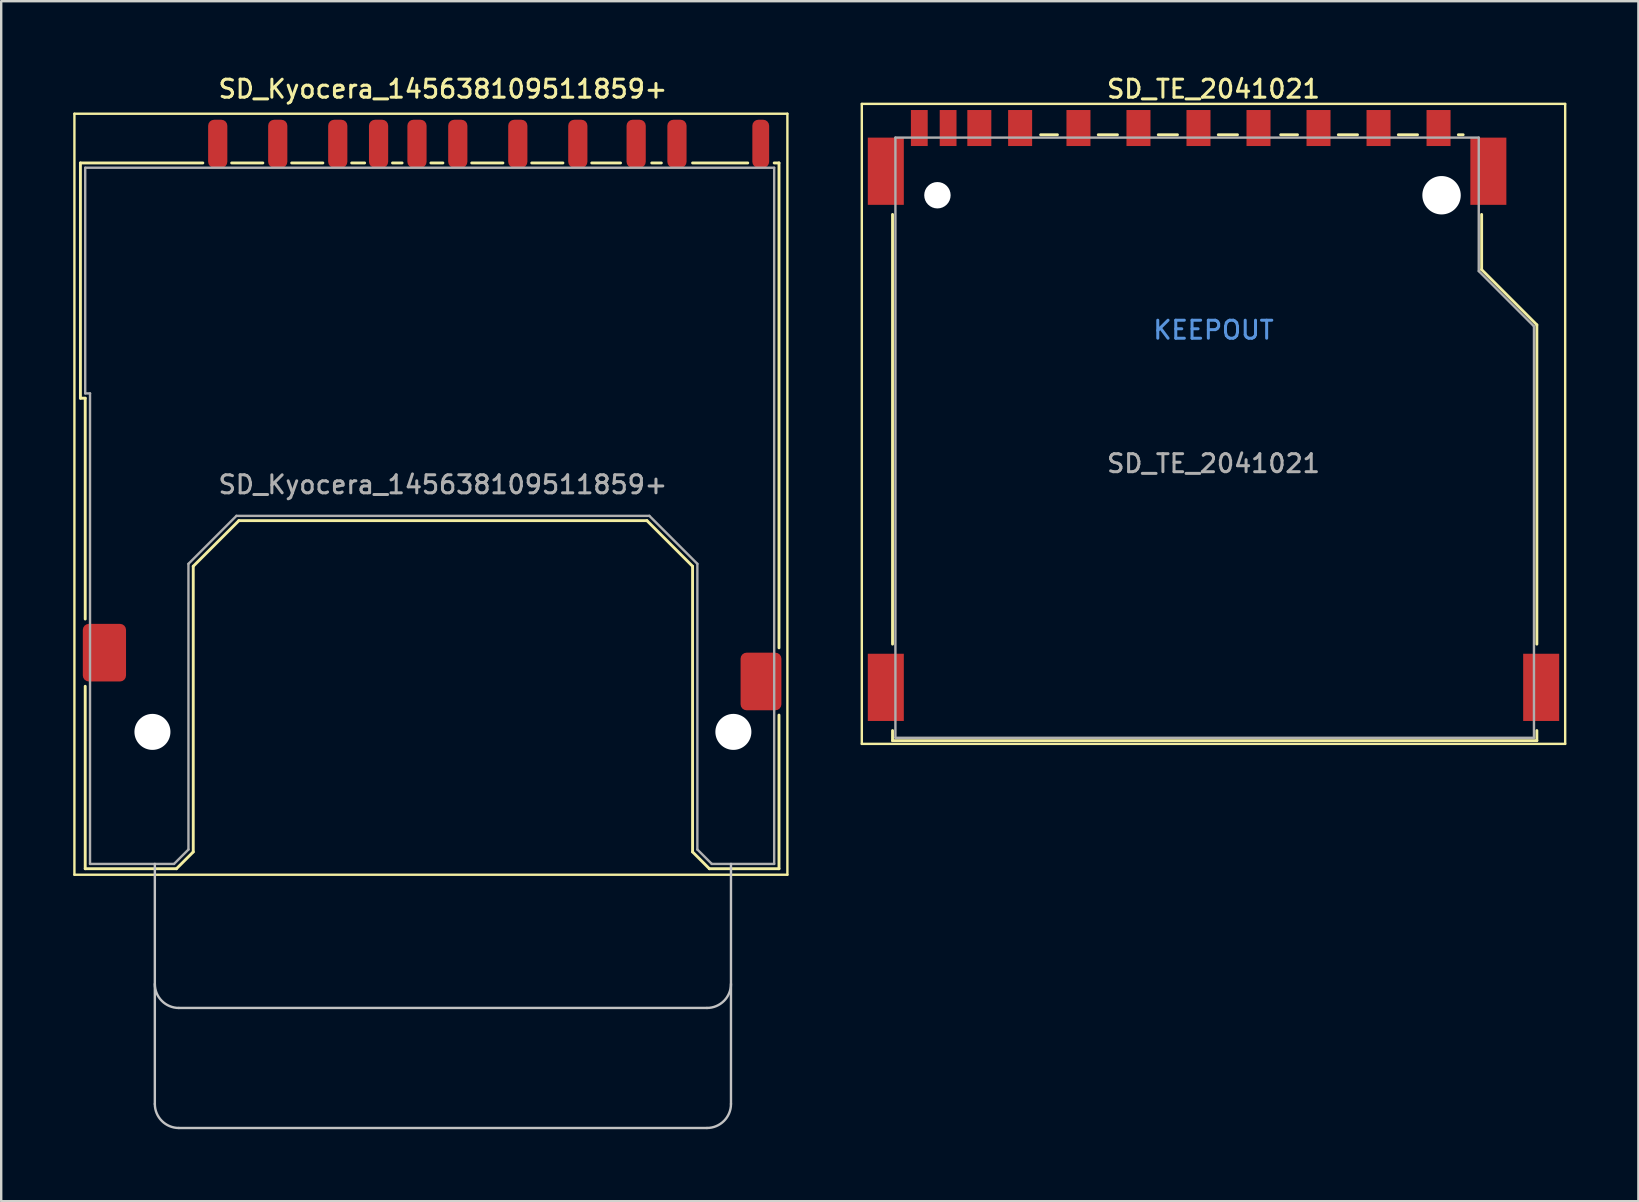
<source format=kicad_pcb>
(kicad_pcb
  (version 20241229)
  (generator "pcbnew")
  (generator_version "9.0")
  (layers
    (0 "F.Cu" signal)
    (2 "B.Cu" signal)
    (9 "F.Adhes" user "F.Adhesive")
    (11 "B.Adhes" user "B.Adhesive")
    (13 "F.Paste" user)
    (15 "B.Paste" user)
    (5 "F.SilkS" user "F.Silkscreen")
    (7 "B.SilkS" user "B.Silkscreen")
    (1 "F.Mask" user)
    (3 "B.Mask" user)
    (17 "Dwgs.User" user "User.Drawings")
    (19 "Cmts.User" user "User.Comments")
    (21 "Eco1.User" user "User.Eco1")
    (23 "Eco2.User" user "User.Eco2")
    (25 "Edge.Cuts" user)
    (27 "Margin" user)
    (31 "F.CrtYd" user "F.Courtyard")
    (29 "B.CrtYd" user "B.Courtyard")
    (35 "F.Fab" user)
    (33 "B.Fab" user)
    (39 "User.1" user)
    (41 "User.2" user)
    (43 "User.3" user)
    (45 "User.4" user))
  (footprint "SD_Kyocera_145638109511859+"
    (layer "F.Cu")
    (at 15.4 15.438)
    (property "Reference" "SD_Kyocera_145638109511859+" (at 0 -14.78 180) (layer "F.SilkS") (effects (font (size 0.75 0.75) (thickness 0.125))))
    (attr smd)
    (fp_line (start -15.35 -13.75) (end -15.35 17.95) (stroke (width 0.1) (type solid)) (layer "F.SilkS"))
    (fp_line (start -15.35 17.95) (end 14.35 17.95) (stroke (width 0.1) (type solid)) (layer "F.SilkS"))
    (fp_line (start -15.1 -11.7) (end -10 -11.7) (stroke (width 0.12) (type solid)) (layer "F.SilkS"))
    (fp_line (start -15.1 -1.9) (end -15.1 -11.7) (stroke (width 0.12) (type solid)) (layer "F.SilkS"))
    (fp_line (start -14.9 -1.9) (end -15.1 -1.9) (stroke (width 0.12) (type solid)) (layer "F.SilkS"))
    (fp_line (start -14.9 -1.9) (end -14.9 7.3) (stroke (width 0.12) (type solid)) (layer "F.SilkS"))
    (fp_line (start -14.9 10.1) (end -14.9 17.7) (stroke (width 0.12) (type solid)) (layer "F.SilkS"))
    (fp_line (start -14.9 17.7) (end -11.1 17.7) (stroke (width 0.12) (type solid)) (layer "F.SilkS"))
    (fp_line (start -10.4 17) (end -11.1 17.7) (stroke (width 0.12) (type solid)) (layer "F.SilkS"))
    (fp_line (start -10.4 17) (end -10.4 5.1) (stroke (width 0.12) (type solid)) (layer "F.SilkS"))
    (fp_line (start -8.8 -11.7) (end -7.5 -11.7) (stroke (width 0.12) (type solid)) (layer "F.SilkS"))
    (fp_line (start -8.5 3.2) (end -10.4 5.1) (stroke (width 0.12) (type solid)) (layer "F.SilkS"))
    (fp_line (start -6.3 -11.7) (end -5 -11.7) (stroke (width 0.12) (type solid)) (layer "F.SilkS"))
    (fp_line (start -3.8 -11.7) (end -3.26 -11.7) (stroke (width 0.12) (type solid)) (layer "F.SilkS"))
    (fp_line (start -2.1 -11.7) (end -1.7 -11.7) (stroke (width 0.12) (type solid)) (layer "F.SilkS"))
    (fp_line (start -0.5 -11.7) (end 0 -11.7) (stroke (width 0.12) (type solid)) (layer "F.SilkS"))
    (fp_line (start 1.2 -11.7) (end 2.5 -11.7) (stroke (width 0.12) (type solid)) (layer "F.SilkS"))
    (fp_line (start 3.7 -11.7) (end 5 -11.7) (stroke (width 0.12) (type solid)) (layer "F.SilkS"))
    (fp_line (start 6.2 -11.7) (end 7.4 -11.7) (stroke (width 0.12) (type solid)) (layer "F.SilkS"))
    (fp_line (start 8.5 3.2) (end -8.5 3.2) (stroke (width 0.12) (type solid)) (layer "F.SilkS"))
    (fp_line (start 8.5 3.2) (end 10.4 5.1) (stroke (width 0.12) (type solid)) (layer "F.SilkS"))
    (fp_line (start 8.7 -11.7) (end 9.1 -11.7) (stroke (width 0.12) (type solid)) (layer "F.SilkS"))
    (fp_line (start 10.4 -11.7) (end 12.7 -11.7) (stroke (width 0.12) (type solid)) (layer "F.SilkS"))
    (fp_line (start 10.4 17) (end 10.4 5.1) (stroke (width 0.12) (type solid)) (layer "F.SilkS"))
    (fp_line (start 10.4 17) (end 11.1 17.7) (stroke (width 0.12) (type solid)) (layer "F.SilkS"))
    (fp_line (start 13.8 -11.7) (end 14 -11.7) (stroke (width 0.12) (type solid)) (layer "F.SilkS"))
    (fp_line (start 14 -11.7) (end 14 8.5) (stroke (width 0.12) (type solid)) (layer "F.SilkS"))
    (fp_line (start 14 11.3) (end 14 17.7) (stroke (width 0.12) (type solid)) (layer "F.SilkS"))
    (fp_line (start 14 17.7) (end 11.1 17.7) (stroke (width 0.12) (type solid)) (layer "F.SilkS"))
    (fp_line (start 14.35 -13.75) (end -15.35 -13.75) (stroke (width 0.1) (type solid)) (layer "F.SilkS"))
    (fp_line (start 14.35 17.95) (end 14.35 -13.75) (stroke (width 0.1) (type solid)) (layer "F.SilkS"))
    (fp_line (start -12 27.5) (end -12 17.5) (stroke (width 0.1) (type solid)) (layer "Dwgs.User"))
    (fp_line (start 11 23.5) (end -11 23.5) (stroke (width 0.1) (type solid)) (layer "Dwgs.User"))
    (fp_line (start 11 28.5) (end -11 28.5) (stroke (width 0.1) (type solid)) (layer "Dwgs.User"))
    (fp_line (start 12 17.5) (end 12 27.5) (stroke (width 0.1) (type solid)) (layer "Dwgs.User"))
    (fp_arc (start -11 23.5) (mid -11.707107 23.207107) (end -12 22.5) (stroke (width 0.1) (type solid)) (layer "Dwgs.User"))
    (fp_arc (start -11 28.5) (mid -11.707107 28.207107) (end -12 27.5) (stroke (width 0.1) (type solid)) (layer "Dwgs.User"))
    (fp_arc (start 12 22.5) (mid 11.707107 23.207107) (end 11 23.5) (stroke (width 0.1) (type solid)) (layer "Dwgs.User"))
    (fp_arc (start 12 27.5) (mid 11.707107 28.207107) (end 11 28.5) (stroke (width 0.1) (type solid)) (layer "Dwgs.User"))
    (fp_line (start -14.9 -11.5) (end 13.8 -11.5) (stroke (width 0.1) (type solid)) (layer "F.Fab"))
    (fp_line (start -14.9 -2.1) (end -14.9 -11.5) (stroke (width 0.1) (type solid)) (layer "F.Fab"))
    (fp_line (start -14.7 -2.1) (end -14.9 -2.1) (stroke (width 0.1) (type solid)) (layer "F.Fab"))
    (fp_line (start -14.7 17.5) (end -14.7 -2.1) (stroke (width 0.1) (type solid)) (layer "F.Fab"))
    (fp_line (start -11.2 17.5) (end -14.7 17.5) (stroke (width 0.1) (type solid)) (layer "F.Fab"))
    (fp_line (start -11.2 17.5) (end -10.6 16.9) (stroke (width 0.1) (type solid)) (layer "F.Fab"))
    (fp_line (start -10.6 5) (end -10.6 16.9) (stroke (width 0.1) (type solid)) (layer "F.Fab"))
    (fp_line (start -10.6 5) (end -8.6 3) (stroke (width 0.1) (type solid)) (layer "F.Fab"))
    (fp_line (start 8.6 3) (end -8.6 3) (stroke (width 0.1) (type solid)) (layer "F.Fab"))
    (fp_line (start 8.6 3) (end 10.6 5) (stroke (width 0.1) (type solid)) (layer "F.Fab"))
    (fp_line (start 10.6 16.9) (end 10.6 5) (stroke (width 0.1) (type solid)) (layer "F.Fab"))
    (fp_line (start 10.6 16.9) (end 11.2 17.5) (stroke (width 0.1) (type solid)) (layer "F.Fab"))
    (fp_line (start 13.8 -11.5) (end 13.8 17.5) (stroke (width 0.1) (type solid)) (layer "F.Fab"))
    (fp_line (start 13.8 17.5) (end 11.2 17.5) (stroke (width 0.1) (type solid)) (layer "F.Fab"))
    (fp_text user "${REFERENCE}" (at 0 1.7 180) (layer "F.Fab") (effects (font (size 0.75 0.75) (thickness 0.125))))
    (pad "" np_thru_hole circle (at -12.1 12 180) (size 1.5 1.5) (drill 1.5) (layers "*.Cu" "*.Mask"))
    (pad "" np_thru_hole circle (at 12.1 12 180) (size 1.5 1.5) (drill 1.5) (layers "*.Cu" "*.Mask"))
    (pad "1" smd roundrect (at -6.88 -12.5) (size 0.8 2) (layers "F.Cu" "F.Mask" "F.Paste") (roundrect_rratio 0.313))
    (pad "2" smd roundrect (at -4.38 -12.5) (size 0.8 2) (layers "F.Cu" "F.Mask" "F.Paste") (roundrect_rratio 0.313))
    (pad "3" smd roundrect (at -1.08 -12.5) (size 0.8 2) (layers "F.Cu" "F.Mask" "F.Paste") (roundrect_rratio 0.313))
    (pad "4" smd roundrect (at 0.62 -12.5) (size 0.8 2) (layers "F.Cu" "F.Mask" "F.Paste") (roundrect_rratio 0.313))
    (pad "5" smd roundrect (at 3.12 -12.5) (size 0.8 2) (layers "F.Cu" "F.Mask" "F.Paste") (roundrect_rratio 0.313))
    (pad "6" smd roundrect (at 5.62 -12.5) (size 0.8 2) (layers "F.Cu" "F.Mask" "F.Paste") (roundrect_rratio 0.313))
    (pad "7" smd roundrect (at 8.05 -12.5) (size 0.8 2) (layers "F.Cu" "F.Mask" "F.Paste") (roundrect_rratio 0.313))
    (pad "8" smd roundrect (at 9.75 -12.5) (size 0.8 2) (layers "F.Cu" "F.Mask" "F.Paste") (roundrect_rratio 0.313))
    (pad "9" smd roundrect (at -9.38 -12.5) (size 0.8 2) (layers "F.Cu" "F.Mask" "F.Paste") (roundrect_rratio 0.313))
    (pad "10" smd roundrect (at -2.68 -12.5) (size 0.8 2) (layers "F.Cu" "F.Mask" "F.Paste") (roundrect_rratio 0.313))
    (pad "11" smd roundrect (at 13.24 -12.5) (size 0.7 2) (layers "F.Cu" "F.Mask" "F.Paste") (roundrect_rratio 0.357))
    (pad "12" smd roundrect (at 13.25 9.9) (size 1.7 2.4) (layers "F.Cu" "F.Mask" "F.Paste") (roundrect_rratio 0.147))
    (pad "13" smd roundrect (at -14.1 8.7) (size 1.8 2.4) (layers "F.Cu" "F.Mask" "F.Paste") (roundrect_rratio 0.139)))
  (footprint "SD_TE_2041021"
    (layer "F.Cu")
    (at 47.5 14.258)
    (property "Reference" "SD_TE_2041021" (at 0 -13.6 0) (layer "F.SilkS") (effects (font (size 0.75 0.75) (thickness 0.125))))
    (attr smd)
    (fp_line (start -14.65 -12.98) (end -14.65 13.68) (stroke (width 0.1) (type solid)) (layer "F.SilkS"))
    (fp_line (start -14.65 -12.98) (end 14.65 -12.98) (stroke (width 0.1) (type solid)) (layer "F.SilkS"))
    (fp_line (start -13.37 -8.375) (end -13.37 9.525) (stroke (width 0.12) (type solid)) (layer "F.SilkS"))
    (fp_line (start -13.37 13.125) (end -13.37 13.545) (stroke (width 0.12) (type solid)) (layer "F.SilkS"))
    (fp_line (start -13.37 13.545) (end 13.47 13.545) (stroke (width 0.12) (type solid)) (layer "F.SilkS"))
    (fp_line (start -7.2 -11.695) (end -6.5 -11.695) (stroke (width 0.12) (type solid)) (layer "F.SilkS"))
    (fp_line (start -4.8 -11.695) (end -4 -11.695) (stroke (width 0.12) (type solid)) (layer "F.SilkS"))
    (fp_line (start -2.3 -11.695) (end -1.5 -11.695) (stroke (width 0.12) (type solid)) (layer "F.SilkS"))
    (fp_line (start 0.2 -11.695) (end 1 -11.695) (stroke (width 0.12) (type solid)) (layer "F.SilkS"))
    (fp_line (start 2.8 -11.695) (end 3.5 -11.695) (stroke (width 0.12) (type solid)) (layer "F.SilkS"))
    (fp_line (start 5.2 -11.695) (end 6 -11.695) (stroke (width 0.12) (type solid)) (layer "F.SilkS"))
    (fp_line (start 7.7 -11.695) (end 8.5 -11.695) (stroke (width 0.12) (type solid)) (layer "F.SilkS"))
    (fp_line (start 10.2 -11.695) (end 10.4 -11.695) (stroke (width 0.12) (type solid)) (layer "F.SilkS"))
    (fp_line (start 11.17 -8.375) (end 11.17 -6.075) (stroke (width 0.12) (type solid)) (layer "F.SilkS"))
    (fp_line (start 11.17 -6.075) (end 13.47 -3.775) (stroke (width 0.12) (type solid)) (layer "F.SilkS"))
    (fp_line (start 13.47 -3.775) (end 13.47 9.525) (stroke (width 0.12) (type solid)) (layer "F.SilkS"))
    (fp_line (start 13.47 13.545) (end 13.47 13.125) (stroke (width 0.12) (type solid)) (layer "F.SilkS"))
    (fp_line (start 14.65 13.68) (end -14.65 13.68) (stroke (width 0.1) (type solid)) (layer "F.SilkS"))
    (fp_line (start 14.65 13.68) (end 14.65 -12.98) (stroke (width 0.1) (type solid)) (layer "F.SilkS"))
    (fp_line (start -13.25 -11.575) (end -13.25 13.425) (stroke (width 0.1) (type solid)) (layer "F.Fab"))
    (fp_line (start -13.25 13.425) (end 13.35 13.425) (stroke (width 0.1) (type solid)) (layer "F.Fab"))
    (fp_line (start 11.05 -11.575) (end -13.25 -11.575) (stroke (width 0.1) (type solid)) (layer "F.Fab"))
    (fp_line (start 11.05 -6.015) (end 11.05 -11.575) (stroke (width 0.1) (type solid)) (layer "F.Fab"))
    (fp_line (start 13.35 -3.715) (end 11.05 -6.015) (stroke (width 0.1) (type solid)) (layer "F.Fab"))
    (fp_line (start 13.35 13.425) (end 13.35 -3.715) (stroke (width 0.1) (type solid)) (layer "F.Fab"))
    (fp_text user "KEEPOUT" (at 0 -3.56 0) (layer "Cmts.User") (effects (font (size 0.75 0.75) (thickness 0.125))))
    (fp_text user "${REFERENCE}" (at 0 2 0) (layer "F.Fab") (effects (font (size 0.75 0.75) (thickness 0.125))))
    (pad "" np_thru_hole circle (at -11.5 -9.175) (size 1.1 1.1) (drill 1.1) (layers "*.Cu" "*.Mask"))
    (pad "" np_thru_hole circle (at 9.5 -9.175) (size 1.6 1.6) (drill 1.6) (layers "*.Cu" "*.Mask"))
    (pad "1" smd rect (at 6.875 -11.975) (size 1 1.5) (layers "F.Cu" "F.Mask" "F.Paste"))
    (pad "2" smd rect (at 4.375 -11.975) (size 1 1.5) (layers "F.Cu" "F.Mask" "F.Paste"))
    (pad "3" smd rect (at 1.875 -11.975) (size 1 1.5) (layers "F.Cu" "F.Mask" "F.Paste"))
    (pad "4" smd rect (at -0.625 -11.975) (size 1 1.5) (layers "F.Cu" "F.Mask" "F.Paste"))
    (pad "5" smd rect (at -3.125 -11.975) (size 1 1.5) (layers "F.Cu" "F.Mask" "F.Paste"))
    (pad "6" smd rect (at -5.625 -11.975) (size 1 1.5) (layers "F.Cu" "F.Mask" "F.Paste"))
    (pad "7" smd rect (at -8.055 -11.975) (size 1 1.5) (layers "F.Cu" "F.Mask" "F.Paste"))
    (pad "8" smd rect (at -9.755 -11.975) (size 1 1.5) (layers "F.Cu" "F.Mask" "F.Paste"))
    (pad "9" smd rect (at 9.375 -11.975) (size 1 1.5) (layers "F.Cu" "F.Mask" "F.Paste"))
    (pad "10" smd rect (at -11.055 -11.975) (size 0.7 1.5) (layers "F.Cu" "F.Mask" "F.Paste"))
    (pad "11" smd rect (at -12.255 -11.975) (size 0.7 1.5) (layers "F.Cu" "F.Mask" "F.Paste"))
    (pad "12" smd rect (at -13.65 -10.175) (size 1.5 2.8) (layers "F.Cu" "F.Mask" "F.Paste"))
    (pad "12" smd rect (at -13.65 11.325) (size 1.5 2.8) (layers "F.Cu" "F.Mask" "F.Paste"))
    (pad "12" smd rect (at 11.45 -10.175) (size 1.5 2.8) (layers "F.Cu" "F.Mask" "F.Paste"))
    (pad "12" smd rect (at 13.65 11.325) (size 1.5 2.8) (layers "F.Cu" "F.Mask" "F.Paste"))
    (zone (net_name "") (layer "F.Cu") (hatch full 0.508) (connect_pads) (min_thickness 0.254) (filled_areas_thickness no) (keepout (tracks not_allowed) (vias not_allowed) (pads not_allowed) (copperpour not_allowed) (footprints not_allowed)) (placement (enabled no)) (fill) (polygon (pts (xy 36.83 15.133) (xy 57.8 15.133) (xy 57.8 6.183) (xy 36.83 6.183)))))
  (gr_rect
    (start -3 -3)
    (end 65.2 46.988)
    (stroke (width 0.1) (type default))
    (fill no)
    (layer "Edge.Cuts")))
</source>
